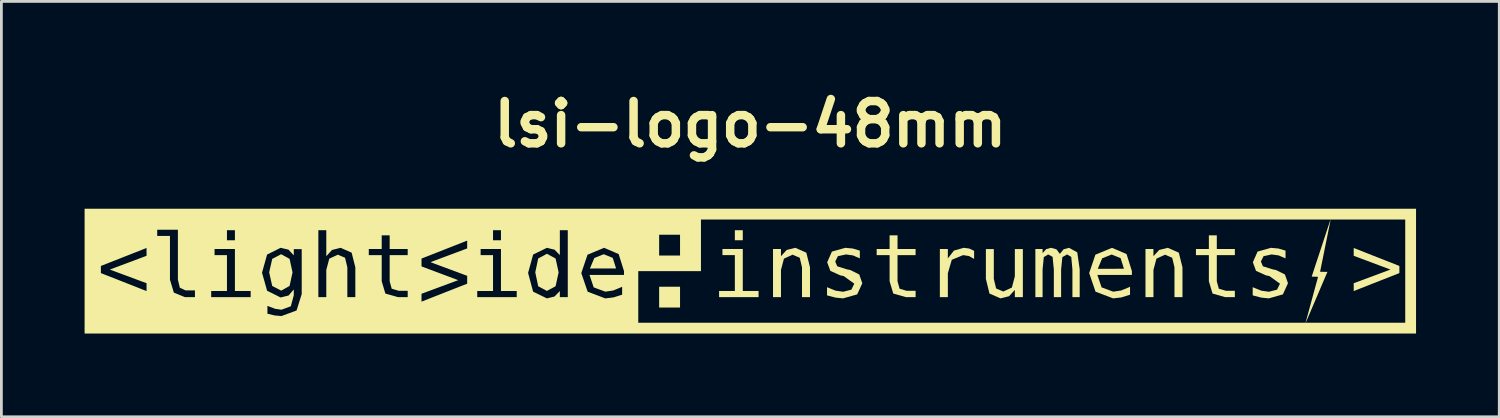
<source format=kicad_pcb>
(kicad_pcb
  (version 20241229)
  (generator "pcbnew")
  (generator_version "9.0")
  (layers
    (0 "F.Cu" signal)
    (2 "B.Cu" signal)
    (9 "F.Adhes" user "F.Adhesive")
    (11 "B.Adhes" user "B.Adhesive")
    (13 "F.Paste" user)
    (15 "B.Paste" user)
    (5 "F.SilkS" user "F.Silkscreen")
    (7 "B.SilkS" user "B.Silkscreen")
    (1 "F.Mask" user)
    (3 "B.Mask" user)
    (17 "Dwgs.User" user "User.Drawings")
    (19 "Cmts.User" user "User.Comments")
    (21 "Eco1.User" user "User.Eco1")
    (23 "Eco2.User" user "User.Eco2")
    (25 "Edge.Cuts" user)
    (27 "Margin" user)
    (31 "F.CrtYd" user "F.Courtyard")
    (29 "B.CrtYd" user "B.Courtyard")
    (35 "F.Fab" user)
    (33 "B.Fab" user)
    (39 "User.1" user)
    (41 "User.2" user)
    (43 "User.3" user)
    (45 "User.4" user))
  (footprint "lsi-logo-48mm"
    (layer "F.Cu")
    (at 24 8.368)
    (property "Reference" "lsi-logo-48mm" (at 0 -6.941 0) (layer "F.SilkS") (effects (font (size 1.524 1.524) (thickness 0.305))))
    (attr smd)
    (fp_poly (pts (xy -3.287 -1.081) (xy -3.287 -0.331) (xy -2.534 -0.331) (xy -2.534 -1.081) (xy -3.287 -1.081)) (stroke (width 0) (type solid)) (fill yes) (layer "F.SilkS"))
    (fp_poly (pts (xy -0.558 -3.118) (xy -0.558 -2.757) (xy -0.272 -2.757) (xy -0.272 -3.118) (xy -0.558 -3.118)) (stroke (width 0) (type solid)) (fill yes) (layer "F.SilkS"))
    (fp_poly (pts (xy -5.284 -2.253) (xy -5.624 -2.117) (xy -5.783 -1.738) (xy -4.84 -1.74) (xy -4.96 -2.121) (xy -5.284 -2.253) (xy -5.284 -2.253)) (stroke (width 0) (type solid)) (fill yes) (layer "F.SilkS"))
    (fp_poly (pts (xy 21.753 -2.478) (xy 21.753 -2.196) (xy 23.076 -1.7) (xy 21.753 -1.208) (xy 21.753 -0.925) (xy 23.399 -1.573) (xy 23.399 -1.83) (xy 21.753 -2.478)) (stroke (width 0) (type solid)) (fill yes) (layer "F.SilkS"))
    (fp_poly (pts (xy -16.915 -2.253) (xy -17.236 -2.085) (xy -17.346 -1.598) (xy -17.236 -1.108) (xy -16.912 -0.941) (xy -16.61 -1.11) (xy -16.504 -1.598) (xy -16.61 -2.085) (xy -16.915 -2.253)) (stroke (width 0) (type solid)) (fill yes) (layer "F.SilkS"))
    (fp_poly (pts (xy -7.334 -2.269) (xy -7.647 -2.1) (xy -7.753 -1.599) (xy -7.647 -1.098) (xy -7.334 -0.929) (xy -7.02 -1.1) (xy -6.911 -1.599) (xy -7.02 -2.098) (xy -7.334 -2.269)) (stroke (width 0) (type solid)) (fill yes) (layer "F.SilkS"))
    (fp_poly (pts (xy -1.005 -2.442) (xy -1.005 -2.221) (xy -0.558 -2.221) (xy -0.558 -0.928) (xy -1.126 -0.928) (xy -1.126 -0.706) (xy 0.297 -0.706) (xy 0.297 -0.928) (xy -0.272 -0.928) (xy -0.272 -2.442) (xy -1.005 -2.442)) (stroke (width 0) (type solid)) (fill yes) (layer "F.SilkS"))
    (fp_poly (pts (xy 7.694 -2.484) (xy 7.341 -2.385) (xy 7.121 -2.103) (xy 7.121 -2.442) (xy 6.833 -2.442) (xy 6.833 -0.706) (xy 7.121 -0.706) (xy 7.121 -1.569) (xy 7.263 -2.053) (xy 7.672 -2.221) (xy 7.881 -2.188) (xy 8.068 -2.084) (xy 8.068 -2.376) (xy 7.892 -2.458) (xy 7.694 -2.484)) (stroke (width 0) (type solid)) (fill yes) (layer "F.SilkS"))
    (fp_poly (pts (xy 1.622 -2.484) (xy 1.312 -2.407) (xy 1.105 -2.182) (xy 1.105 -2.442) (xy 0.818 -2.442) (xy 0.818 -0.706) (xy 1.105 -0.706) (xy 1.105 -1.687) (xy 1.212 -2.093) (xy 1.522 -2.236) (xy 1.781 -2.126) (xy 1.863 -1.782) (xy 1.863 -0.706) (xy 2.151 -0.706) (xy 2.151 -1.782) (xy 2.019 -2.309) (xy 1.622 -2.484)) (stroke (width 0) (type solid)) (fill yes) (layer "F.SilkS"))
    (fp_poly (pts (xy 8.492 -2.439) (xy 8.492 -1.363) (xy 8.622 -0.835) (xy 9.021 -0.661) (xy 9.328 -0.739) (xy 9.536 -0.966) (xy 9.536 -0.706) (xy 9.825 -0.706) (xy 9.825 -2.439) (xy 9.536 -2.439) (xy 9.536 -1.458) (xy 9.429 -1.05) (xy 9.119 -0.909) (xy 8.861 -1.019) (xy 8.778 -1.363) (xy 8.778 -2.439) (xy 8.492 -2.439)) (stroke (width 0) (type solid)) (fill yes) (layer "F.SilkS"))
    (fp_poly (pts (xy 15.05 -2.484) (xy 14.74 -2.407) (xy 14.533 -2.182) (xy 14.533 -2.442) (xy 14.246 -2.442) (xy 14.246 -0.706) (xy 14.533 -0.706) (xy 14.533 -1.687) (xy 14.641 -2.093) (xy 14.95 -2.236) (xy 15.209 -2.126) (xy 15.291 -1.782) (xy 15.291 -0.706) (xy 15.579 -0.706) (xy 15.579 -1.782) (xy 15.447 -2.309) (xy 15.05 -2.484)) (stroke (width 0) (type solid)) (fill yes) (layer "F.SilkS"))
    (fp_poly (pts (xy 5.021 -2.935) (xy 5.021 -2.442) (xy 4.555 -2.442) (xy 4.555 -2.221) (xy 5.021 -2.221) (xy 5.021 -1.278) (xy 5.153 -0.835) (xy 5.608 -0.706) (xy 5.958 -0.706) (xy 5.958 -0.934) (xy 5.636 -0.934) (xy 5.381 -1.01) (xy 5.307 -1.278) (xy 5.307 -2.221) (xy 5.958 -2.221) (xy 5.958 -2.442) (xy 5.307 -2.442) (xy 5.307 -2.935) (xy 5.021 -2.935)) (stroke (width 0) (type solid)) (fill yes) (layer "F.SilkS"))
    (fp_poly (pts (xy 16.531 -2.935) (xy 16.531 -2.442) (xy 16.065 -2.442) (xy 16.065 -2.221) (xy 16.531 -2.221) (xy 16.531 -1.278) (xy 16.663 -0.835) (xy 17.118 -0.706) (xy 17.468 -0.706) (xy 17.468 -0.934) (xy 17.146 -0.934) (xy 16.89 -1.01) (xy 16.817 -1.278) (xy 16.817 -2.221) (xy 17.468 -2.221) (xy 17.468 -2.442) (xy 16.817 -2.442) (xy 16.817 -2.935) (xy 16.531 -2.935)) (stroke (width 0) (type solid)) (fill yes) (layer "F.SilkS"))
    (fp_poly (pts (xy 13.038 -2.484) (xy 13.026 -2.242) (xy 13.35 -2.111) (xy 13.469 -1.729) (xy 12.526 -1.728) (xy 12.685 -2.106) (xy 13.026 -2.242) (xy 13.026 -2.242) (xy 13.038 -2.484) (xy 12.44 -2.236) (xy 12.216 -1.573) (xy 12.445 -0.903) (xy 13.08 -0.661) (xy 13.373 -0.695) (xy 13.689 -0.794) (xy 13.689 -1.078) (xy 13.37 -0.946) (xy 13.083 -0.903) (xy 12.663 -1.058) (xy 12.515 -1.497) (xy 12.515 -1.506) (xy 13.756 -1.506) (xy 13.756 -1.645) (xy 13.563 -2.259) (xy 13.038 -2.484) (xy 13.038 -2.484)) (stroke (width 0) (type solid)) (fill yes) (layer "F.SilkS"))
    (fp_poly (pts (xy 10.84 -2.484) (xy 10.664 -2.435) (xy 10.536 -2.293) (xy 10.536 -2.442) (xy 10.276 -2.442) (xy 10.276 -0.706) (xy 10.536 -0.706) (xy 10.536 -1.7) (xy 10.58 -2.149) (xy 10.738 -2.245) (xy 10.897 -2.159) (xy 10.942 -1.7) (xy 10.942 -0.706) (xy 11.204 -0.706) (xy 11.204 -1.7) (xy 11.249 -2.149) (xy 11.42 -2.245) (xy 11.57 -2.156) (xy 11.612 -1.7) (xy 11.612 -0.706) (xy 11.874 -0.706) (xy 11.874 -1.712) (xy 11.786 -2.321) (xy 11.49 -2.484) (xy 11.293 -2.43) (xy 11.159 -2.266) (xy 11.036 -2.43) (xy 10.84 -2.484)) (stroke (width 0) (type solid)) (fill yes) (layer "F.SilkS"))
    (fp_poly (pts (xy 3.425 -2.484) (xy 2.941 -2.348) (xy 2.771 -1.963) (xy 2.885 -1.652) (xy 3.246 -1.49) (xy 3.353 -1.469) (xy 3.366 -1.466) (xy 3.747 -1.191) (xy 3.643 -0.976) (xy 3.349 -0.9) (xy 3.072 -0.94) (xy 2.765 -1.064) (xy 2.765 -0.77) (xy 3.072 -0.689) (xy 3.342 -0.661) (xy 3.853 -0.805) (xy 4.037 -1.208) (xy 3.926 -1.523) (xy 3.604 -1.684) (xy 3.489 -1.706) (xy 3.132 -1.818) (xy 3.061 -1.991) (xy 3.156 -2.182) (xy 3.447 -2.245) (xy 3.701 -2.21) (xy 3.948 -2.103) (xy 3.948 -2.382) (xy 3.694 -2.458) (xy 3.425 -2.484) (xy 3.425 -2.484)) (stroke (width 0) (type solid)) (fill yes) (layer "F.SilkS"))
    (fp_poly (pts (xy 18.771 -2.484) (xy 18.287 -2.348) (xy 18.117 -1.963) (xy 18.231 -1.652) (xy 18.592 -1.49) (xy 18.7 -1.469) (xy 18.712 -1.466) (xy 19.094 -1.191) (xy 18.989 -0.976) (xy 18.695 -0.9) (xy 18.418 -0.94) (xy 18.111 -1.064) (xy 18.111 -0.77) (xy 18.418 -0.689) (xy 18.689 -0.661) (xy 19.2 -0.805) (xy 19.383 -1.208) (xy 19.273 -1.523) (xy 18.95 -1.684) (xy 18.835 -1.706) (xy 18.479 -1.818) (xy 18.407 -1.991) (xy 18.502 -2.182) (xy 18.793 -2.245) (xy 19.047 -2.21) (xy 19.295 -2.103) (xy 19.295 -2.382) (xy 19.041 -2.458) (xy 18.771 -2.484) (xy 18.771 -2.484)) (stroke (width 0) (type solid)) (fill yes) (layer "F.SilkS"))
    (fp_poly (pts (xy 20.891 -3.428) (xy 20.787 -3.113) (xy 20.469 -2.147) (xy 20.387 -1.9) (xy 20.241 -1.454) (xy 20.239 -1.446) (xy 20.353 -1.443) (xy 20.467 -1.438) (xy 20.119 -0.158) (xy 20.055 0.078) (xy 20.014 0.228) (xy 20.015 0.232) (xy 20.057 0.137) (xy 20.148 -0.075) (xy 20.245 -0.304) (xy 20.342 -0.531) (xy 20.478 -0.849) (xy 20.613 -1.167) (xy 20.71 -1.395) (xy 20.783 -1.564) (xy 20.806 -1.618) (xy 20.674 -1.618) (xy 20.541 -1.62) (xy 20.549 -1.66) (xy 20.586 -1.846) (xy 20.644 -2.129) (xy 20.698 -2.398) (xy 20.78 -2.801) (xy 20.861 -3.204) (xy 20.906 -3.427) (xy 20.923 -3.518) (xy 20.891 -3.427) (xy 20.891 -3.428)) (stroke (width 0.000106) (type solid)) (fill yes) (layer "F.SilkS"))
    (fp_poly (pts (xy -24 -3.893) (xy -1.78 -3.503) (xy 23.61 -3.503) (xy 23.61 0.216) (xy -4.04 0.216) (xy -4.04 -1.644) (xy -1.78 -1.644) (xy -1.78 -3.503) (xy -24 -3.893) (xy -21.382 -3.135) (xy -20.637 -3.135) (xy -20.637 -1.335) (xy -20.567 -1.046) (xy -20.357 -0.948) (xy -20.022 -0.948) (xy -20.022 -0.706) (xy -20.384 -0.706) (xy -20.783 -0.87) (xy -20.923 -1.335) (xy -20.923 -2.912) (xy -21.382 -2.912) (xy -21.382 -3.135) (xy -24 -3.893) (xy -18.868 -3.118) (xy -18.581 -3.118) (xy -18.581 -2.757) (xy -18.868 -2.757) (xy -18.868 -3.118) (xy -24 -3.893) (xy -15.573 -3.118) (xy -15.287 -3.118) (xy -15.287 -2.182) (xy -15.08 -2.407) (xy -14.77 -2.484) (xy -14.373 -2.309) (xy -14.24 -1.782) (xy -14.24 -0.706) (xy -14.528 -0.706) (xy -14.528 -1.782) (xy -14.611 -2.126) (xy -14.869 -2.236) (xy -15.179 -2.093) (xy -15.287 -1.687) (xy -15.287 -0.706) (xy -15.573 -0.706) (xy -15.573 -3.118) (xy -24 -3.893) (xy -9.276 -3.118) (xy -8.99 -3.118) (xy -8.99 -2.757) (xy -9.276 -2.757) (xy -9.276 -3.118) (xy -24 -3.893) (xy -6.867 -3.118) (xy -6.581 -3.118) (xy -6.581 -0.706) (xy -6.867 -0.706) (xy -6.867 -0.925) (xy -7.059 -0.728) (xy -7.333 -0.661) (xy -7.831 -0.904) (xy -8.012 -1.579) (xy -7.83 -2.242) (xy -7.333 -2.484) (xy -7.056 -2.416) (xy -6.867 -2.221) (xy -6.867 -3.118) (xy -24 -3.893) (xy -2.534 -2.956) (xy -2.534 -2.206) (xy -3.287 -2.206) (xy -3.287 -2.956) (xy -2.534 -2.956) (xy -24 -3.893) (xy -13.002 -2.935) (xy -13.002 -2.442) (xy -12.352 -2.442) (xy -12.352 -2.221) (xy -13.002 -2.221) (xy -13.002 -1.278) (xy -12.929 -1.01) (xy -12.674 -0.934) (xy -12.352 -0.934) (xy -12.352 -0.706) (xy -12.702 -0.706) (xy -13.157 -0.835) (xy -13.289 -1.278) (xy -13.289 -2.221) (xy -13.755 -2.221) (xy -13.755 -2.442) (xy -13.289 -2.442) (xy -13.289 -2.935) (xy -13.002 -2.935) (xy -24 -3.893) (xy -10.208 -2.744) (xy -10.208 -2.462) (xy -11.528 -1.968) (xy -11.386 -1.912) (xy -10.208 -1.475) (xy -10.208 -1.448) (xy -10.208 -1.191) (xy -11.854 -0.543) (xy -11.854 -0.827) (xy -10.531 -1.318) (xy -10.54 -1.321) (xy -11.854 -1.814) (xy -11.854 -1.839) (xy -11.854 -2.096) (xy -10.208 -2.744) (xy -24 -3.893) (xy -21.767 -2.478) (xy -21.767 -2.196) (xy -23.09 -1.7) (xy -21.767 -1.208) (xy -21.767 -0.925) (xy -23.413 -1.573) (xy -23.413 -1.83) (xy -21.767 -2.478) (xy -24 -3.893) (xy -24 0.607) (xy -16.903 -0.024) (xy -17.151 -0.046) (xy -17.409 -0.109) (xy -17.409 -0.391) (xy -17.132 -0.286) (xy -16.903 -0.252) (xy -16.565 -0.377) (xy -16.459 -0.776) (xy -16.459 -0.788) (xy -16.459 -0.982) (xy -16.646 -0.765) (xy -16.934 -0.694) (xy -17.421 -0.937) (xy -17.604 -1.588) (xy -17.421 -2.241) (xy -16.934 -2.484) (xy -16.649 -2.418) (xy -16.459 -2.211) (xy -16.459 -2.436) (xy -16.173 -2.436) (xy -16.173 -0.818) (xy -16.358 -0.225) (xy -16.903 -0.024) (xy -24 0.607) (xy -5.23 -0.661) (xy -5.865 -0.903) (xy -6.094 -1.573) (xy -5.869 -2.236) (xy -5.271 -2.484) (xy -4.747 -2.259) (xy -4.554 -1.645) (xy -4.554 -1.506) (xy -5.795 -1.506) (xy -5.795 -1.497) (xy -5.647 -1.058) (xy -5.226 -0.903) (xy -4.94 -0.946) (xy -4.621 -1.078) (xy -4.621 -0.794) (xy -4.937 -0.695) (xy -5.23 -0.661) (xy -24 0.607) (xy -18.013 -0.706) (xy -19.436 -0.706) (xy -19.436 -0.928) (xy -18.868 -0.928) (xy -18.868 -2.221) (xy -19.315 -2.221) (xy -19.315 -2.442) (xy -18.581 -2.442) (xy -18.581 -0.928) (xy -18.013 -0.928) (xy -18.013 -0.706) (xy -24 0.607) (xy -8.422 -0.706) (xy -9.845 -0.706) (xy -9.845 -0.928) (xy -9.276 -0.928) (xy -9.276 -2.221) (xy -9.723 -2.221) (xy -9.723 -2.442) (xy -8.99 -2.442) (xy -8.99 -0.928) (xy -8.422 -0.928) (xy -8.422 -0.706) (xy -24 0.607) (xy 24 0.607) (xy 24 -3.893) (xy -24 -3.893)) (stroke (width 0) (type solid)) (fill yes) (layer "F.SilkS")))
  (gr_rect
    (start -3 -3)
    (end 51 11.975)
    (stroke (width 0.1) (type default))
    (fill no)
    (layer "Edge.Cuts")))
</source>
